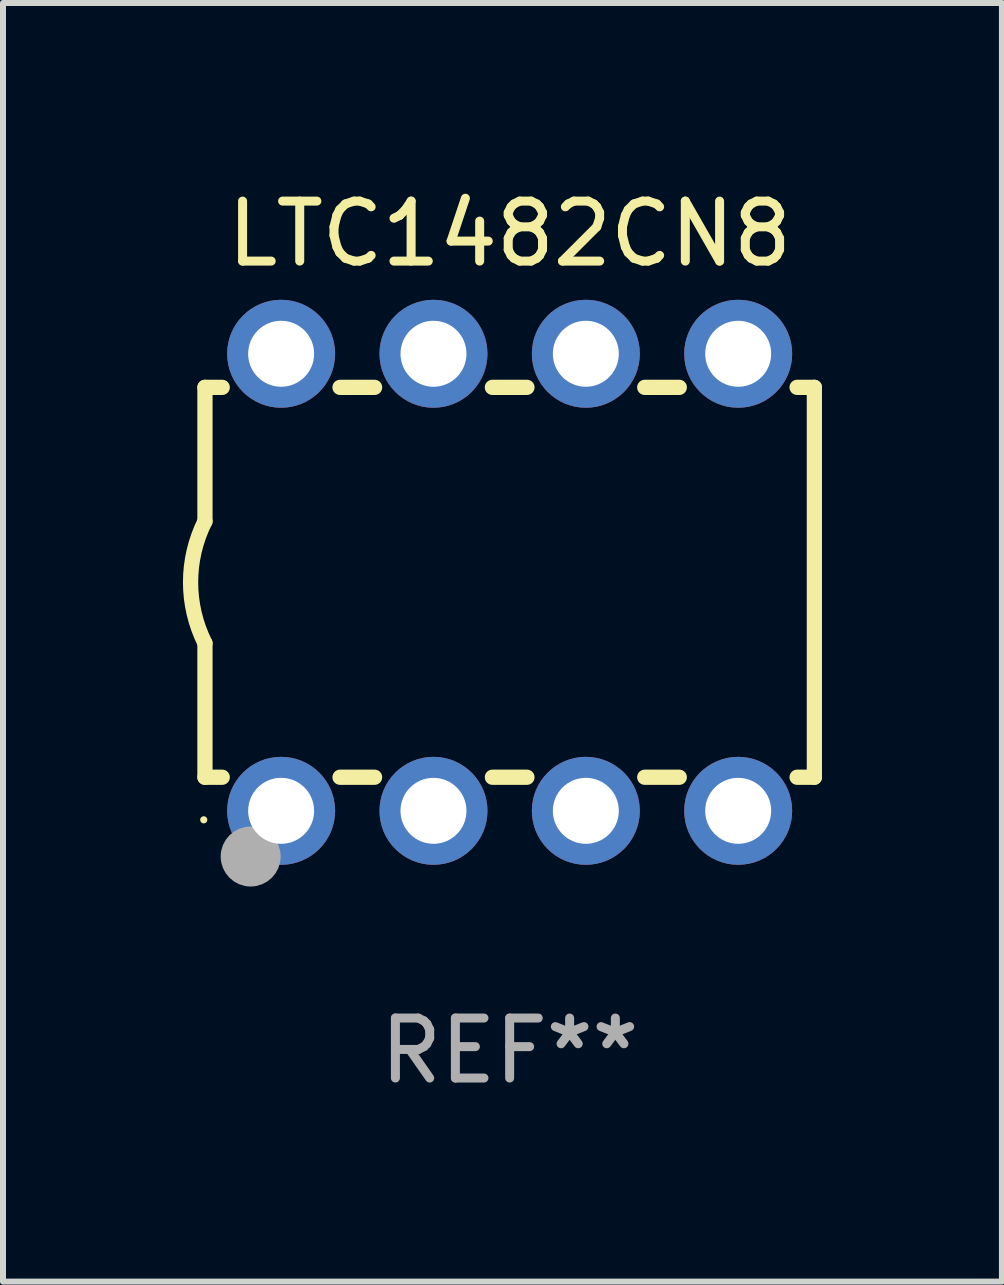
<source format=kicad_pcb>
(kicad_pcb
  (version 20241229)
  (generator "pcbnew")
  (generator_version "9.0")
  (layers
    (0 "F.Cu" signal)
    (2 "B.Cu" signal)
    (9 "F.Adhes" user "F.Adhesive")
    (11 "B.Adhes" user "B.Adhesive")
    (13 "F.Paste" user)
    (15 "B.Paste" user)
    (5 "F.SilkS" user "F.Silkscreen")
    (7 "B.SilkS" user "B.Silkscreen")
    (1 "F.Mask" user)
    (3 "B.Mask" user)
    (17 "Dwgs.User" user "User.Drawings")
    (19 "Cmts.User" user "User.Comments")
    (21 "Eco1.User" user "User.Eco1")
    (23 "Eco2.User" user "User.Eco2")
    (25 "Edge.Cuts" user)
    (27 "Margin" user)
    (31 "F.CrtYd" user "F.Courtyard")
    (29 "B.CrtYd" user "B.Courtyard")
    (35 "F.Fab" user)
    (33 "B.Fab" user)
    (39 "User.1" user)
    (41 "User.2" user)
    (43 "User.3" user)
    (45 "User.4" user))
  (footprint "LTC1482CN8"
    (layer "F.Cu")
    (at 5.447 6.658)
    (property "Reference" "LTC1482CN8" (at 0 -5.81 0) (layer "F.SilkS") (effects (font (size 1 1) (thickness 0.15))))
    (attr through_hole)
    (fp_line (start -5.08 -3.25) (end -5.08 -1.017) (stroke (width 0.254) (type solid)) (layer "F.SilkS"))
    (fp_line (start -5.08 -3.25) (end -4.792 -3.25) (stroke (width 0.254) (type solid)) (layer "F.SilkS"))
    (fp_line (start -5.08 3.25) (end -5.08 1.015) (stroke (width 0.254) (type solid)) (layer "F.SilkS"))
    (fp_line (start -5.08 3.25) (end -4.792 3.25) (stroke (width 0.254) (type solid)) (layer "F.SilkS"))
    (fp_line (start -2.828 -3.25) (end -2.252 -3.25) (stroke (width 0.254) (type solid)) (layer "F.SilkS"))
    (fp_line (start -2.828 3.25) (end -2.252 3.25) (stroke (width 0.254) (type solid)) (layer "F.SilkS"))
    (fp_line (start -0.288 -3.25) (end 0.288 -3.25) (stroke (width 0.254) (type solid)) (layer "F.SilkS"))
    (fp_line (start -0.288 3.25) (end 0.288 3.25) (stroke (width 0.254) (type solid)) (layer "F.SilkS"))
    (fp_line (start 2.252 -3.25) (end 2.828 -3.25) (stroke (width 0.254) (type solid)) (layer "F.SilkS"))
    (fp_line (start 2.252 3.25) (end 2.828 3.25) (stroke (width 0.254) (type solid)) (layer "F.SilkS"))
    (fp_line (start 4.792 -3.25) (end 5.08 -3.25) (stroke (width 0.254) (type solid)) (layer "F.SilkS"))
    (fp_line (start 4.792 3.25) (end 5.08 3.25) (stroke (width 0.254) (type solid)) (layer "F.SilkS"))
    (fp_line (start 5.08 -3.25) (end 5.08 3.25) (stroke (width 0.254) (type solid)) (layer "F.SilkS"))
    (fp_arc (start -5.08001 1.01524) (mid -5.319856 -0.000762) (end -5.08001 -1.016764) (stroke (width 0.254001) (type solid)) (layer "F.SilkS"))
    (fp_circle (center -5.1 3.96) (end -5.07 3.96) (stroke (width 0.06) (type solid)) (fill no) (layer "F.SilkS"))
    (fp_circle (center -4.318 4.572) (end -4.068 4.572) (stroke (width 0.5) (type solid)) (fill no) (layer "F.Fab"))
    (fp_text user "REF**" (at 0 7.81 0) (layer "F.Fab") (effects (font (size 1 1) (thickness 0.15))))
    (pad "1" thru_hole circle (at -3.81 3.81) (size 1.8 1.8) (drill 1.1) (layers "*.Cu" "*.Mask"))
    (pad "2" thru_hole circle (at -1.27 3.81) (size 1.8 1.8) (drill 1.1) (layers "*.Cu" "*.Mask"))
    (pad "3" thru_hole circle (at 1.27 3.81) (size 1.8 1.8) (drill 1.1) (layers "*.Cu" "*.Mask"))
    (pad "4" thru_hole circle (at 3.81 3.81) (size 1.8 1.8) (drill 1.1) (layers "*.Cu" "*.Mask"))
    (pad "5" thru_hole circle (at 3.81 -3.81) (size 1.8 1.8) (drill 1.1) (layers "*.Cu" "*.Mask"))
    (pad "6" thru_hole circle (at 1.27 -3.81) (size 1.8 1.8) (drill 1.1) (layers "*.Cu" "*.Mask"))
    (pad "7" thru_hole circle (at -1.27 -3.81) (size 1.8 1.8) (drill 1.1) (layers "*.Cu" "*.Mask"))
    (pad "8" thru_hole circle (at -3.81 -3.81) (size 1.8 1.8) (drill 1.1) (layers "*.Cu" "*.Mask")))
  (gr_rect
    (start -3 -3)
    (end 13.654 18.317)
    (stroke (width 0.1) (type default))
    (fill no)
    (layer "Edge.Cuts")))
</source>
